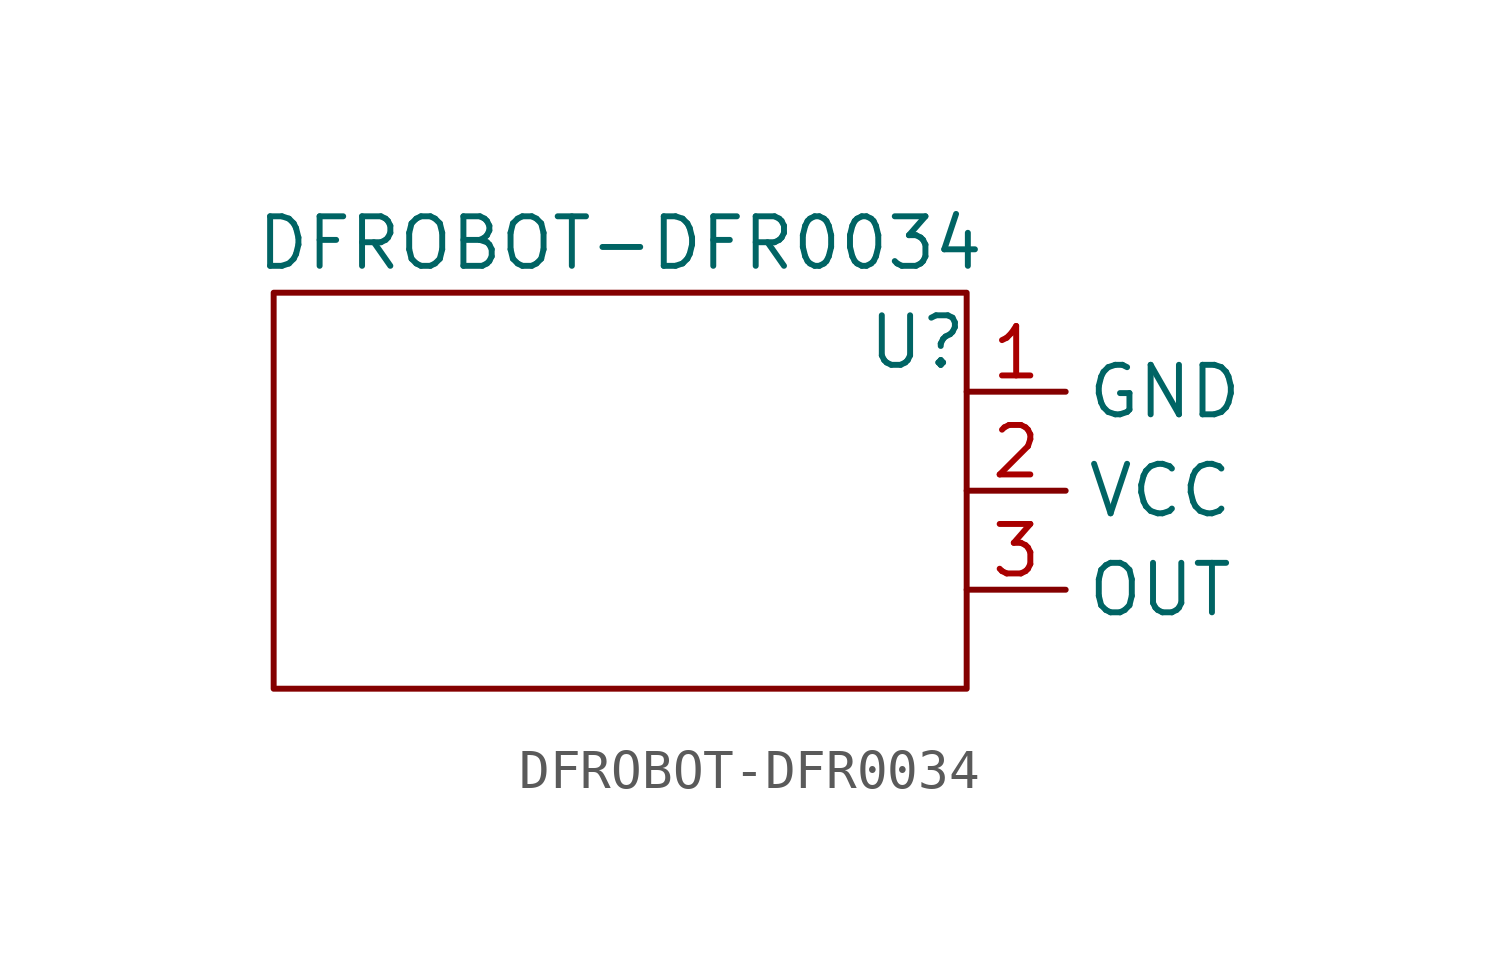
<source format=kicad_sym>
(kicad_symbol_lib
  (version 20211014)
  (generator kicad_symbol_editor)
  (symbol "DFROBOT-DFR0034"
    (property "Reference" "U"
      (at 7.62 3.81 0)
      (effects (font (size 1.27 1.27))))
    (property "Value" "DFROBOT-DFR0034"
      (at 0 6.35 0)
      (effects (font (size 1.27 1.27))))
    (symbol "DFROBOT-DFR0034_0_1"
      (rectangle (start -8.89 5.08) (end 8.89 -5.08) (stroke (width 0) (type default) (color 0 0 0 0)) (fill (type none))))
    (symbol "DFROBOT-DFR0034_1_1"
      (pin power_in line (at 8.89 2.54 0) (length 2.54) (name "GND" (effects (font (size 1.27 1.27)))) (number "1" (effects (font (size 1.27 1.27)))))
      (pin power_in line (at 8.89 0 0) (length 2.54) (name "VCC" (effects (font (size 1.27 1.27)))) (number "2" (effects (font (size 1.27 1.27)))))
      (pin output line (at 8.89 -2.54 0) (length 2.54) (name "OUT" (effects (font (size 1.27 1.27)))) (number "3" (effects (font (size 1.27 1.27))))))))
</source>
